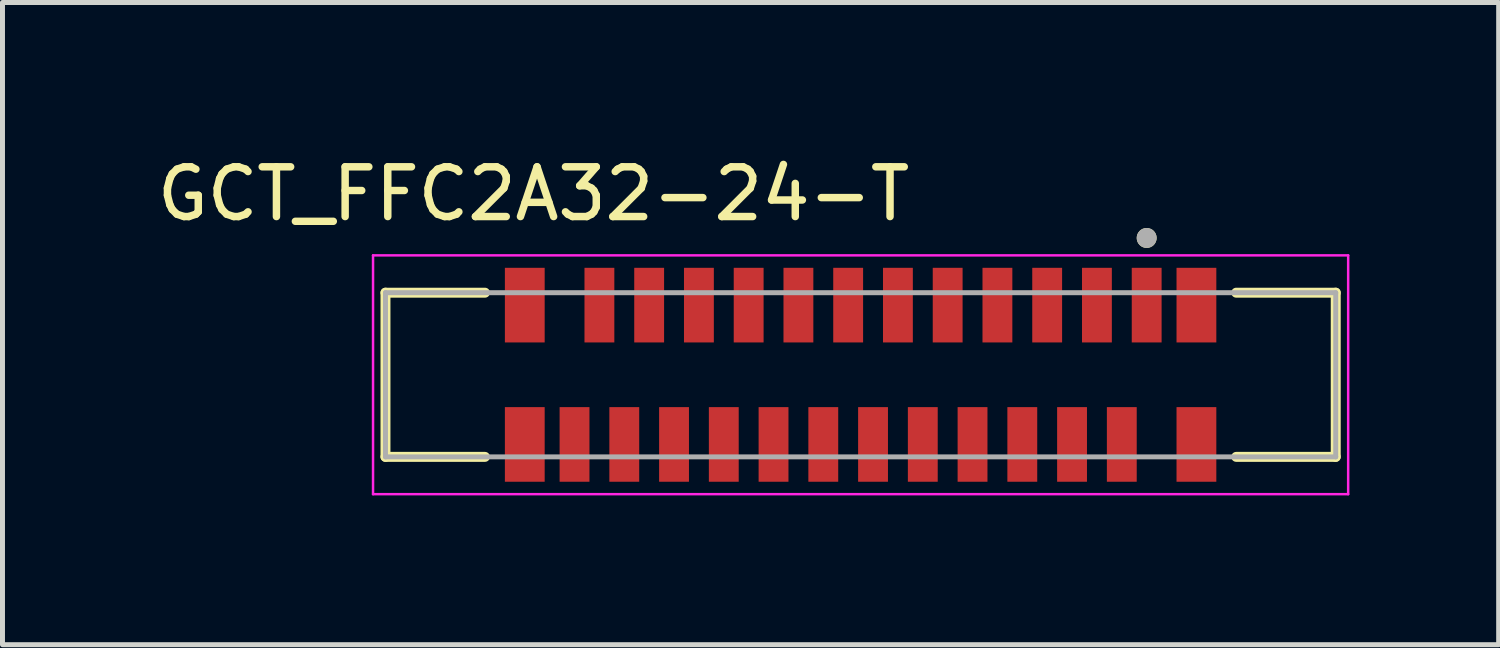
<source format=kicad_pcb>
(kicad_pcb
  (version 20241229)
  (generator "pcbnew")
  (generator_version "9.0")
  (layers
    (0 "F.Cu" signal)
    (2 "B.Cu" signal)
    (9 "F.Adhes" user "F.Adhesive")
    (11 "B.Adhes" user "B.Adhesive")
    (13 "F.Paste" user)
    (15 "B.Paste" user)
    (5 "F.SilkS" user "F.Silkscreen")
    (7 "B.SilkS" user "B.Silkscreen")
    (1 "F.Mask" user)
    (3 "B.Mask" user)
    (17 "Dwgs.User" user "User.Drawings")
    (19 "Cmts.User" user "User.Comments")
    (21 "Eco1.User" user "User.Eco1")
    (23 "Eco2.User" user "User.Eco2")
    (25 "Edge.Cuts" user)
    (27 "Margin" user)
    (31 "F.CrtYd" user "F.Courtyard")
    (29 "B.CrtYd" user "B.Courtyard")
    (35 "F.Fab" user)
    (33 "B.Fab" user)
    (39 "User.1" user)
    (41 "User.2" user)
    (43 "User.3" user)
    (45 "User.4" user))
  (footprint "GCT_FFC2A32-24-T"
    (layer "F.Cu")
    (at 14.248 4.483)
    (property "Reference" "GCT_FFC2A32-24-T" (at -6.575 -3.635 0) (layer "F.SilkS") (effects (font (size 1 1) (thickness 0.15))))
    (attr smd)
    (fp_line (start -9.55 -1.65) (end -7.55 -1.65) (stroke (width 0.2) (type solid)) (layer "F.SilkS"))
    (fp_line (start -9.55 1.65) (end -9.55 -1.65) (stroke (width 0.2) (type solid)) (layer "F.SilkS"))
    (fp_line (start -7.55 1.65) (end -9.55 1.65) (stroke (width 0.2) (type solid)) (layer "F.SilkS"))
    (fp_line (start 7.55 1.65) (end 9.55 1.65) (stroke (width 0.2) (type solid)) (layer "F.SilkS"))
    (fp_line (start 9.55 -1.65) (end 7.55 -1.65) (stroke (width 0.2) (type solid)) (layer "F.SilkS"))
    (fp_line (start 9.55 1.65) (end 9.55 -1.65) (stroke (width 0.2) (type solid)) (layer "F.SilkS"))
    (fp_circle (center 5.75 -2.75) (end 5.85 -2.75) (stroke (width 0.2) (type solid)) (fill no) (layer "F.SilkS"))
    (fp_line (start -9.8 -2.4) (end 9.8 -2.4) (stroke (width 0.05) (type solid)) (layer "F.CrtYd"))
    (fp_line (start -9.8 2.4) (end -9.8 -2.4) (stroke (width 0.05) (type solid)) (layer "F.CrtYd"))
    (fp_line (start 9.8 -2.4) (end 9.8 2.4) (stroke (width 0.05) (type solid)) (layer "F.CrtYd"))
    (fp_line (start 9.8 2.4) (end -9.8 2.4) (stroke (width 0.05) (type solid)) (layer "F.CrtYd"))
    (fp_line (start -9.55 -1.65) (end 9.55 -1.65) (stroke (width 0.1) (type solid)) (layer "F.Fab"))
    (fp_line (start -9.55 1.65) (end -9.55 -1.65) (stroke (width 0.1) (type solid)) (layer "F.Fab"))
    (fp_line (start 9.55 -1.65) (end 9.55 1.65) (stroke (width 0.1) (type solid)) (layer "F.Fab"))
    (fp_line (start 9.55 1.65) (end -9.55 1.65) (stroke (width 0.1) (type solid)) (layer "F.Fab"))
    (fp_circle (center 5.75 -2.75) (end 5.85 -2.75) (stroke (width 0.2) (type solid)) (fill no) (layer "F.Fab"))
    (pad "1" smd rect (at 5.75 -1.4) (size 0.6 1.5) (layers "F.Cu" "F.Mask" "F.Paste"))
    (pad "2" smd rect (at 5.25 1.4) (size 0.6 1.5) (layers "F.Cu" "F.Mask" "F.Paste"))
    (pad "3" smd rect (at 4.75 -1.4) (size 0.6 1.5) (layers "F.Cu" "F.Mask" "F.Paste"))
    (pad "4" smd rect (at 4.25 1.4) (size 0.6 1.5) (layers "F.Cu" "F.Mask" "F.Paste"))
    (pad "5" smd rect (at 3.75 -1.4) (size 0.6 1.5) (layers "F.Cu" "F.Mask" "F.Paste"))
    (pad "6" smd rect (at 3.25 1.4) (size 0.6 1.5) (layers "F.Cu" "F.Mask" "F.Paste"))
    (pad "7" smd rect (at 2.75 -1.4) (size 0.6 1.5) (layers "F.Cu" "F.Mask" "F.Paste"))
    (pad "8" smd rect (at 2.25 1.4) (size 0.6 1.5) (layers "F.Cu" "F.Mask" "F.Paste"))
    (pad "9" smd rect (at 1.75 -1.4) (size 0.6 1.5) (layers "F.Cu" "F.Mask" "F.Paste"))
    (pad "10" smd rect (at 1.25 1.4) (size 0.6 1.5) (layers "F.Cu" "F.Mask" "F.Paste"))
    (pad "11" smd rect (at 0.75 -1.4) (size 0.6 1.5) (layers "F.Cu" "F.Mask" "F.Paste"))
    (pad "12" smd rect (at 0.25 1.4) (size 0.6 1.5) (layers "F.Cu" "F.Mask" "F.Paste"))
    (pad "13" smd rect (at -0.25 -1.4) (size 0.6 1.5) (layers "F.Cu" "F.Mask" "F.Paste"))
    (pad "14" smd rect (at -0.75 1.4) (size 0.6 1.5) (layers "F.Cu" "F.Mask" "F.Paste"))
    (pad "15" smd rect (at -1.25 -1.4) (size 0.6 1.5) (layers "F.Cu" "F.Mask" "F.Paste"))
    (pad "16" smd rect (at -1.75 1.4) (size 0.6 1.5) (layers "F.Cu" "F.Mask" "F.Paste"))
    (pad "17" smd rect (at -2.25 -1.4) (size 0.6 1.5) (layers "F.Cu" "F.Mask" "F.Paste"))
    (pad "18" smd rect (at -2.75 1.4) (size 0.6 1.5) (layers "F.Cu" "F.Mask" "F.Paste"))
    (pad "19" smd rect (at -3.25 -1.4) (size 0.6 1.5) (layers "F.Cu" "F.Mask" "F.Paste"))
    (pad "20" smd rect (at -3.75 1.4) (size 0.6 1.5) (layers "F.Cu" "F.Mask" "F.Paste"))
    (pad "21" smd rect (at -4.25 -1.4) (size 0.6 1.5) (layers "F.Cu" "F.Mask" "F.Paste"))
    (pad "22" smd rect (at -4.75 1.4) (size 0.6 1.5) (layers "F.Cu" "F.Mask" "F.Paste"))
    (pad "23" smd rect (at -5.25 -1.4) (size 0.6 1.5) (layers "F.Cu" "F.Mask" "F.Paste"))
    (pad "24" smd rect (at -5.75 1.4) (size 0.6 1.5) (layers "F.Cu" "F.Mask" "F.Paste"))
    (pad "S1" smd rect (at 6.75 1.4) (size 0.8 1.5) (layers "F.Cu" "F.Mask" "F.Paste"))
    (pad "S2" smd rect (at 6.75 -1.4) (size 0.8 1.5) (layers "F.Cu" "F.Mask" "F.Paste"))
    (pad "S3" smd rect (at -6.75 1.4) (size 0.8 1.5) (layers "F.Cu" "F.Mask" "F.Paste"))
    (pad "S4" smd rect (at -6.75 -1.4) (size 0.8 1.5) (layers "F.Cu" "F.Mask" "F.Paste")))
  (gr_rect
    (start -3 -3)
    (end 27.073 9.908)
    (stroke (width 0.1) (type default))
    (fill no)
    (layer "Edge.Cuts")))
</source>
